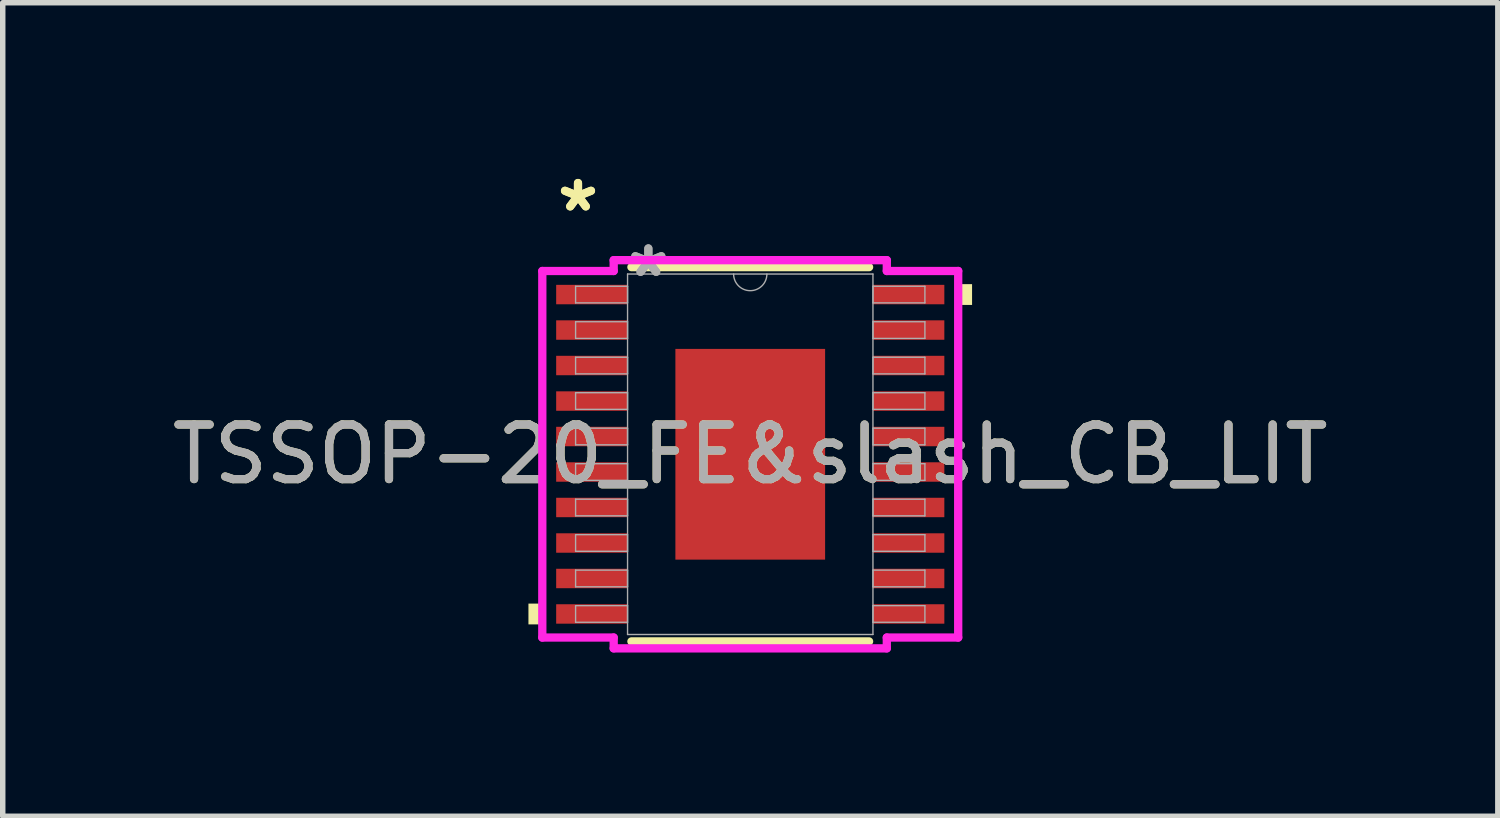
<source format=kicad_pcb>
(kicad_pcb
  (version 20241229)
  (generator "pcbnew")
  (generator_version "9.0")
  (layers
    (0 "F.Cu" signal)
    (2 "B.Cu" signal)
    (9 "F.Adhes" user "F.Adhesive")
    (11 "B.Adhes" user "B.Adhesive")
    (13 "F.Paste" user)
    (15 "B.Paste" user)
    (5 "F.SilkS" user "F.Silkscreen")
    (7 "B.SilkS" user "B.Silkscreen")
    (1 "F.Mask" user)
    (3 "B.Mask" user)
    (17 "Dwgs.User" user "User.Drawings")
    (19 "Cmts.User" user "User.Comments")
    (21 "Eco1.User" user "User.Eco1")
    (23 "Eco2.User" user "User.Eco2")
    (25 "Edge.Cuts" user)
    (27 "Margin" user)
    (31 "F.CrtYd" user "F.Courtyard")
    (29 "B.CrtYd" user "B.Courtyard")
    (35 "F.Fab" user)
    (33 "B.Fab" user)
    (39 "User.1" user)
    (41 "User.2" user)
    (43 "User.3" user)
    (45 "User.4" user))
  (footprint "TSSOP-20_FE&slash_CB_LIT"
    (layer "F.Cu")
    (at 10.696 5.273)
    (property "Reference" "TSSOP-20_FE&slash_CB_LIT" (at 0 0 0) (unlocked yes) (layer "F.SilkS") (effects (font (size 1 1) (thickness 0.15))))
    (attr smd)
    (fp_line (start -2.177 3.429) (end 2.177 3.429) (stroke (width 0.152) (type solid)) (layer "F.SilkS"))
    (fp_line (start 2.177 -3.429) (end -2.177 -3.429) (stroke (width 0.152) (type solid)) (layer "F.SilkS"))
    (fp_poly (pts (xy -4.064 2.736) (xy -4.064 3.117) (xy -3.81 3.117) (xy -3.81 2.736)) (stroke (width 0) (type solid)) (fill yes) (layer "F.SilkS"))
    (fp_poly (pts (xy 4.064 -3.117) (xy 4.064 -2.736) (xy 3.81 -2.736) (xy 3.81 -3.117)) (stroke (width 0) (type solid)) (fill yes) (layer "F.SilkS"))
    (fp_poly (pts (xy -1.272 -1.83) (xy -1.272 -0.743) (xy -0.1 -0.743) (xy -0.1 -1.83)) (stroke (width 0) (type solid)) (fill yes) (layer "F.Paste"))
    (fp_poly (pts (xy -1.272 -0.543) (xy -1.272 0.543) (xy -0.1 0.543) (xy -0.1 -0.543)) (stroke (width 0) (type solid)) (fill yes) (layer "F.Paste"))
    (fp_poly (pts (xy -1.272 0.743) (xy -1.272 1.83) (xy -0.1 1.83) (xy -0.1 0.743)) (stroke (width 0) (type solid)) (fill yes) (layer "F.Paste"))
    (fp_poly (pts (xy 0.1 -1.83) (xy 0.1 -0.743) (xy 1.272 -0.743) (xy 1.272 -1.83)) (stroke (width 0) (type solid)) (fill yes) (layer "F.Paste"))
    (fp_poly (pts (xy 0.1 -0.543) (xy 0.1 0.543) (xy 1.272 0.543) (xy 1.272 -0.543)) (stroke (width 0) (type solid)) (fill yes) (layer "F.Paste"))
    (fp_poly (pts (xy 0.1 0.743) (xy 0.1 1.83) (xy 1.272 1.83) (xy 1.272 0.743)) (stroke (width 0) (type solid)) (fill yes) (layer "F.Paste"))
    (fp_line (start -3.81 -3.358) (end -2.502 -3.358) (stroke (width 0.152) (type solid)) (layer "F.CrtYd"))
    (fp_line (start -3.81 3.358) (end -3.81 -3.358) (stroke (width 0.152) (type solid)) (layer "F.CrtYd"))
    (fp_line (start -3.81 3.358) (end -2.502 3.358) (stroke (width 0.152) (type solid)) (layer "F.CrtYd"))
    (fp_line (start -2.502 -3.556) (end 2.502 -3.556) (stroke (width 0.152) (type solid)) (layer "F.CrtYd"))
    (fp_line (start -2.502 -3.358) (end -2.502 -3.556) (stroke (width 0.152) (type solid)) (layer "F.CrtYd"))
    (fp_line (start -2.502 3.556) (end -2.502 3.358) (stroke (width 0.152) (type solid)) (layer "F.CrtYd"))
    (fp_line (start 2.502 -3.556) (end 2.502 -3.358) (stroke (width 0.152) (type solid)) (layer "F.CrtYd"))
    (fp_line (start 2.502 3.358) (end 2.502 3.556) (stroke (width 0.152) (type solid)) (layer "F.CrtYd"))
    (fp_line (start 2.502 3.556) (end -2.502 3.556) (stroke (width 0.152) (type solid)) (layer "F.CrtYd"))
    (fp_line (start 3.81 -3.358) (end 2.502 -3.358) (stroke (width 0.152) (type solid)) (layer "F.CrtYd"))
    (fp_line (start 3.81 -3.358) (end 3.81 3.358) (stroke (width 0.152) (type solid)) (layer "F.CrtYd"))
    (fp_line (start 3.81 3.358) (end 2.502 3.358) (stroke (width 0.152) (type solid)) (layer "F.CrtYd"))
    (fp_line (start -3.2 -3.078) (end -3.2 -2.774) (stroke (width 0.025) (type solid)) (layer "F.Fab"))
    (fp_line (start -3.2 -2.774) (end -2.248 -2.774) (stroke (width 0.025) (type solid)) (layer "F.Fab"))
    (fp_line (start -3.2 -2.428) (end -3.2 -2.123) (stroke (width 0.025) (type solid)) (layer "F.Fab"))
    (fp_line (start -3.2 -2.123) (end -2.248 -2.123) (stroke (width 0.025) (type solid)) (layer "F.Fab"))
    (fp_line (start -3.2 -1.778) (end -3.2 -1.473) (stroke (width 0.025) (type solid)) (layer "F.Fab"))
    (fp_line (start -3.2 -1.473) (end -2.248 -1.473) (stroke (width 0.025) (type solid)) (layer "F.Fab"))
    (fp_line (start -3.2 -1.128) (end -3.2 -0.823) (stroke (width 0.025) (type solid)) (layer "F.Fab"))
    (fp_line (start -3.2 -0.823) (end -2.248 -0.823) (stroke (width 0.025) (type solid)) (layer "F.Fab"))
    (fp_line (start -3.2 -0.478) (end -3.2 -0.173) (stroke (width 0.025) (type solid)) (layer "F.Fab"))
    (fp_line (start -3.2 -0.173) (end -2.248 -0.173) (stroke (width 0.025) (type solid)) (layer "F.Fab"))
    (fp_line (start -3.2 0.173) (end -3.2 0.478) (stroke (width 0.025) (type solid)) (layer "F.Fab"))
    (fp_line (start -3.2 0.478) (end -2.248 0.478) (stroke (width 0.025) (type solid)) (layer "F.Fab"))
    (fp_line (start -3.2 0.823) (end -3.2 1.128) (stroke (width 0.025) (type solid)) (layer "F.Fab"))
    (fp_line (start -3.2 1.128) (end -2.248 1.128) (stroke (width 0.025) (type solid)) (layer "F.Fab"))
    (fp_line (start -3.2 1.473) (end -3.2 1.778) (stroke (width 0.025) (type solid)) (layer "F.Fab"))
    (fp_line (start -3.2 1.778) (end -2.248 1.778) (stroke (width 0.025) (type solid)) (layer "F.Fab"))
    (fp_line (start -3.2 2.123) (end -3.2 2.428) (stroke (width 0.025) (type solid)) (layer "F.Fab"))
    (fp_line (start -3.2 2.428) (end -2.248 2.428) (stroke (width 0.025) (type solid)) (layer "F.Fab"))
    (fp_line (start -3.2 2.774) (end -3.2 3.078) (stroke (width 0.025) (type solid)) (layer "F.Fab"))
    (fp_line (start -3.2 3.078) (end -2.248 3.078) (stroke (width 0.025) (type solid)) (layer "F.Fab"))
    (fp_line (start -2.248 -3.302) (end -2.248 3.302) (stroke (width 0.025) (type solid)) (layer "F.Fab"))
    (fp_line (start -2.248 -3.078) (end -3.2 -3.078) (stroke (width 0.025) (type solid)) (layer "F.Fab"))
    (fp_line (start -2.248 -2.774) (end -2.248 -3.078) (stroke (width 0.025) (type solid)) (layer "F.Fab"))
    (fp_line (start -2.248 -2.428) (end -3.2 -2.428) (stroke (width 0.025) (type solid)) (layer "F.Fab"))
    (fp_line (start -2.248 -2.123) (end -2.248 -2.428) (stroke (width 0.025) (type solid)) (layer "F.Fab"))
    (fp_line (start -2.248 -1.778) (end -3.2 -1.778) (stroke (width 0.025) (type solid)) (layer "F.Fab"))
    (fp_line (start -2.248 -1.473) (end -2.248 -1.778) (stroke (width 0.025) (type solid)) (layer "F.Fab"))
    (fp_line (start -2.248 -1.128) (end -3.2 -1.128) (stroke (width 0.025) (type solid)) (layer "F.Fab"))
    (fp_line (start -2.248 -0.823) (end -2.248 -1.128) (stroke (width 0.025) (type solid)) (layer "F.Fab"))
    (fp_line (start -2.248 -0.478) (end -3.2 -0.478) (stroke (width 0.025) (type solid)) (layer "F.Fab"))
    (fp_line (start -2.248 -0.173) (end -2.248 -0.478) (stroke (width 0.025) (type solid)) (layer "F.Fab"))
    (fp_line (start -2.248 0.173) (end -3.2 0.173) (stroke (width 0.025) (type solid)) (layer "F.Fab"))
    (fp_line (start -2.248 0.478) (end -2.248 0.173) (stroke (width 0.025) (type solid)) (layer "F.Fab"))
    (fp_line (start -2.248 0.823) (end -3.2 0.823) (stroke (width 0.025) (type solid)) (layer "F.Fab"))
    (fp_line (start -2.248 1.128) (end -2.248 0.823) (stroke (width 0.025) (type solid)) (layer "F.Fab"))
    (fp_line (start -2.248 1.473) (end -3.2 1.473) (stroke (width 0.025) (type solid)) (layer "F.Fab"))
    (fp_line (start -2.248 1.778) (end -2.248 1.473) (stroke (width 0.025) (type solid)) (layer "F.Fab"))
    (fp_line (start -2.248 2.123) (end -3.2 2.123) (stroke (width 0.025) (type solid)) (layer "F.Fab"))
    (fp_line (start -2.248 2.428) (end -2.248 2.123) (stroke (width 0.025) (type solid)) (layer "F.Fab"))
    (fp_line (start -2.248 2.774) (end -3.2 2.774) (stroke (width 0.025) (type solid)) (layer "F.Fab"))
    (fp_line (start -2.248 3.078) (end -2.248 2.774) (stroke (width 0.025) (type solid)) (layer "F.Fab"))
    (fp_line (start -2.248 3.302) (end 2.248 3.302) (stroke (width 0.025) (type solid)) (layer "F.Fab"))
    (fp_line (start 2.248 -3.302) (end -2.248 -3.302) (stroke (width 0.025) (type solid)) (layer "F.Fab"))
    (fp_line (start 2.248 -3.078) (end 2.248 -2.774) (stroke (width 0.025) (type solid)) (layer "F.Fab"))
    (fp_line (start 2.248 -2.774) (end 3.2 -2.774) (stroke (width 0.025) (type solid)) (layer "F.Fab"))
    (fp_line (start 2.248 -2.428) (end 2.248 -2.123) (stroke (width 0.025) (type solid)) (layer "F.Fab"))
    (fp_line (start 2.248 -2.123) (end 3.2 -2.123) (stroke (width 0.025) (type solid)) (layer "F.Fab"))
    (fp_line (start 2.248 -1.778) (end 2.248 -1.473) (stroke (width 0.025) (type solid)) (layer "F.Fab"))
    (fp_line (start 2.248 -1.473) (end 3.2 -1.473) (stroke (width 0.025) (type solid)) (layer "F.Fab"))
    (fp_line (start 2.248 -1.128) (end 2.248 -0.823) (stroke (width 0.025) (type solid)) (layer "F.Fab"))
    (fp_line (start 2.248 -0.823) (end 3.2 -0.823) (stroke (width 0.025) (type solid)) (layer "F.Fab"))
    (fp_line (start 2.248 -0.478) (end 2.248 -0.173) (stroke (width 0.025) (type solid)) (layer "F.Fab"))
    (fp_line (start 2.248 -0.173) (end 3.2 -0.173) (stroke (width 0.025) (type solid)) (layer "F.Fab"))
    (fp_line (start 2.248 0.173) (end 2.248 0.478) (stroke (width 0.025) (type solid)) (layer "F.Fab"))
    (fp_line (start 2.248 0.478) (end 3.2 0.478) (stroke (width 0.025) (type solid)) (layer "F.Fab"))
    (fp_line (start 2.248 0.823) (end 2.248 1.128) (stroke (width 0.025) (type solid)) (layer "F.Fab"))
    (fp_line (start 2.248 1.128) (end 3.2 1.128) (stroke (width 0.025) (type solid)) (layer "F.Fab"))
    (fp_line (start 2.248 1.473) (end 2.248 1.778) (stroke (width 0.025) (type solid)) (layer "F.Fab"))
    (fp_line (start 2.248 1.778) (end 3.2 1.778) (stroke (width 0.025) (type solid)) (layer "F.Fab"))
    (fp_line (start 2.248 2.123) (end 2.248 2.428) (stroke (width 0.025) (type solid)) (layer "F.Fab"))
    (fp_line (start 2.248 2.428) (end 3.2 2.428) (stroke (width 0.025) (type solid)) (layer "F.Fab"))
    (fp_line (start 2.248 2.774) (end 2.248 3.078) (stroke (width 0.025) (type solid)) (layer "F.Fab"))
    (fp_line (start 2.248 3.078) (end 3.2 3.078) (stroke (width 0.025) (type solid)) (layer "F.Fab"))
    (fp_line (start 2.248 3.302) (end 2.248 -3.302) (stroke (width 0.025) (type solid)) (layer "F.Fab"))
    (fp_line (start 3.2 -3.078) (end 2.248 -3.078) (stroke (width 0.025) (type solid)) (layer "F.Fab"))
    (fp_line (start 3.2 -2.774) (end 3.2 -3.078) (stroke (width 0.025) (type solid)) (layer "F.Fab"))
    (fp_line (start 3.2 -2.428) (end 2.248 -2.428) (stroke (width 0.025) (type solid)) (layer "F.Fab"))
    (fp_line (start 3.2 -2.123) (end 3.2 -2.428) (stroke (width 0.025) (type solid)) (layer "F.Fab"))
    (fp_line (start 3.2 -1.778) (end 2.248 -1.778) (stroke (width 0.025) (type solid)) (layer "F.Fab"))
    (fp_line (start 3.2 -1.473) (end 3.2 -1.778) (stroke (width 0.025) (type solid)) (layer "F.Fab"))
    (fp_line (start 3.2 -1.128) (end 2.248 -1.128) (stroke (width 0.025) (type solid)) (layer "F.Fab"))
    (fp_line (start 3.2 -0.823) (end 3.2 -1.128) (stroke (width 0.025) (type solid)) (layer "F.Fab"))
    (fp_line (start 3.2 -0.478) (end 2.248 -0.478) (stroke (width 0.025) (type solid)) (layer "F.Fab"))
    (fp_line (start 3.2 -0.173) (end 3.2 -0.478) (stroke (width 0.025) (type solid)) (layer "F.Fab"))
    (fp_line (start 3.2 0.173) (end 2.248 0.173) (stroke (width 0.025) (type solid)) (layer "F.Fab"))
    (fp_line (start 3.2 0.478) (end 3.2 0.173) (stroke (width 0.025) (type solid)) (layer "F.Fab"))
    (fp_line (start 3.2 0.823) (end 2.248 0.823) (stroke (width 0.025) (type solid)) (layer "F.Fab"))
    (fp_line (start 3.2 1.128) (end 3.2 0.823) (stroke (width 0.025) (type solid)) (layer "F.Fab"))
    (fp_line (start 3.2 1.473) (end 2.248 1.473) (stroke (width 0.025) (type solid)) (layer "F.Fab"))
    (fp_line (start 3.2 1.778) (end 3.2 1.473) (stroke (width 0.025) (type solid)) (layer "F.Fab"))
    (fp_line (start 3.2 2.123) (end 2.248 2.123) (stroke (width 0.025) (type solid)) (layer "F.Fab"))
    (fp_line (start 3.2 2.428) (end 3.2 2.123) (stroke (width 0.025) (type solid)) (layer "F.Fab"))
    (fp_line (start 3.2 2.774) (end 2.248 2.774) (stroke (width 0.025) (type solid)) (layer "F.Fab"))
    (fp_line (start 3.2 3.078) (end 3.2 2.774) (stroke (width 0.025) (type solid)) (layer "F.Fab"))
    (fp_arc (start 0.3048 -3.302) (mid 0 -2.9972) (end -0.3048 -3.302) (stroke (width 0.0254) (type solid)) (layer "F.Fab"))
    (fp_text user "*" (at -3.156 -4.425 0) (layer "F.SilkS") (effects (font (size 1 1) (thickness 0.15))))
    (fp_text user "*" (at -3.156 -4.425 0) (unlocked yes) (layer "F.SilkS") (effects (font (size 1 1) (thickness 0.15))))
    (fp_text user "*" (at -1.867 -3.226 0) (layer "F.Fab") (effects (font (size 1 1) (thickness 0.15))))
    (fp_text user "${REFERENCE}" (at 0 0 0) (unlocked yes) (layer "F.Fab") (effects (font (size 1 1) (thickness 0.15))))
    (fp_text user "*" (at -1.867 -3.226 0) (unlocked yes) (layer "F.Fab") (effects (font (size 1 1) (thickness 0.15))))
    (pad "1" smd rect (at -2.902 -2.926) (size 1.308 0.356) (layers "F.Cu" "F.Mask" "F.Paste"))
    (pad "2" smd rect (at -2.902 -2.276) (size 1.308 0.356) (layers "F.Cu" "F.Mask" "F.Paste"))
    (pad "3" smd rect (at -2.902 -1.626) (size 1.308 0.356) (layers "F.Cu" "F.Mask" "F.Paste"))
    (pad "4" smd rect (at -2.902 -0.975) (size 1.308 0.356) (layers "F.Cu" "F.Mask" "F.Paste"))
    (pad "5" smd rect (at -2.902 -0.325) (size 1.308 0.356) (layers "F.Cu" "F.Mask" "F.Paste"))
    (pad "6" smd rect (at -2.902 0.325) (size 1.308 0.356) (layers "F.Cu" "F.Mask" "F.Paste"))
    (pad "7" smd rect (at -2.902 0.975) (size 1.308 0.356) (layers "F.Cu" "F.Mask" "F.Paste"))
    (pad "8" smd rect (at -2.902 1.626) (size 1.308 0.356) (layers "F.Cu" "F.Mask" "F.Paste"))
    (pad "9" smd rect (at -2.902 2.276) (size 1.308 0.356) (layers "F.Cu" "F.Mask" "F.Paste"))
    (pad "10" smd rect (at -2.902 2.926) (size 1.308 0.356) (layers "F.Cu" "F.Mask" "F.Paste"))
    (pad "11" smd rect (at 2.902 2.926) (size 1.308 0.356) (layers "F.Cu" "F.Mask" "F.Paste"))
    (pad "12" smd rect (at 2.902 2.276) (size 1.308 0.356) (layers "F.Cu" "F.Mask" "F.Paste"))
    (pad "13" smd rect (at 2.902 1.626) (size 1.308 0.356) (layers "F.Cu" "F.Mask" "F.Paste"))
    (pad "14" smd rect (at 2.902 0.975) (size 1.308 0.356) (layers "F.Cu" "F.Mask" "F.Paste"))
    (pad "15" smd rect (at 2.902 0.325) (size 1.308 0.356) (layers "F.Cu" "F.Mask" "F.Paste"))
    (pad "16" smd rect (at 2.902 -0.325) (size 1.308 0.356) (layers "F.Cu" "F.Mask" "F.Paste"))
    (pad "17" smd rect (at 2.902 -0.975) (size 1.308 0.356) (layers "F.Cu" "F.Mask" "F.Paste"))
    (pad "18" smd rect (at 2.902 -1.626) (size 1.308 0.356) (layers "F.Cu" "F.Mask" "F.Paste"))
    (pad "19" smd rect (at 2.902 -2.276) (size 1.308 0.356) (layers "F.Cu" "F.Mask" "F.Paste"))
    (pad "20" smd rect (at 2.902 -2.926) (size 1.308 0.356) (layers "F.Cu" "F.Mask" "F.Paste"))
    (pad "EPAD" smd rect (at 0 0) (size 2.743 3.861) (layers "F.Cu" "F.Mask")))
  (gr_rect
    (start -3 -3)
    (end 24.393 11.905)
    (stroke (width 0.1) (type default))
    (fill no)
    (layer "Edge.Cuts")))
</source>
